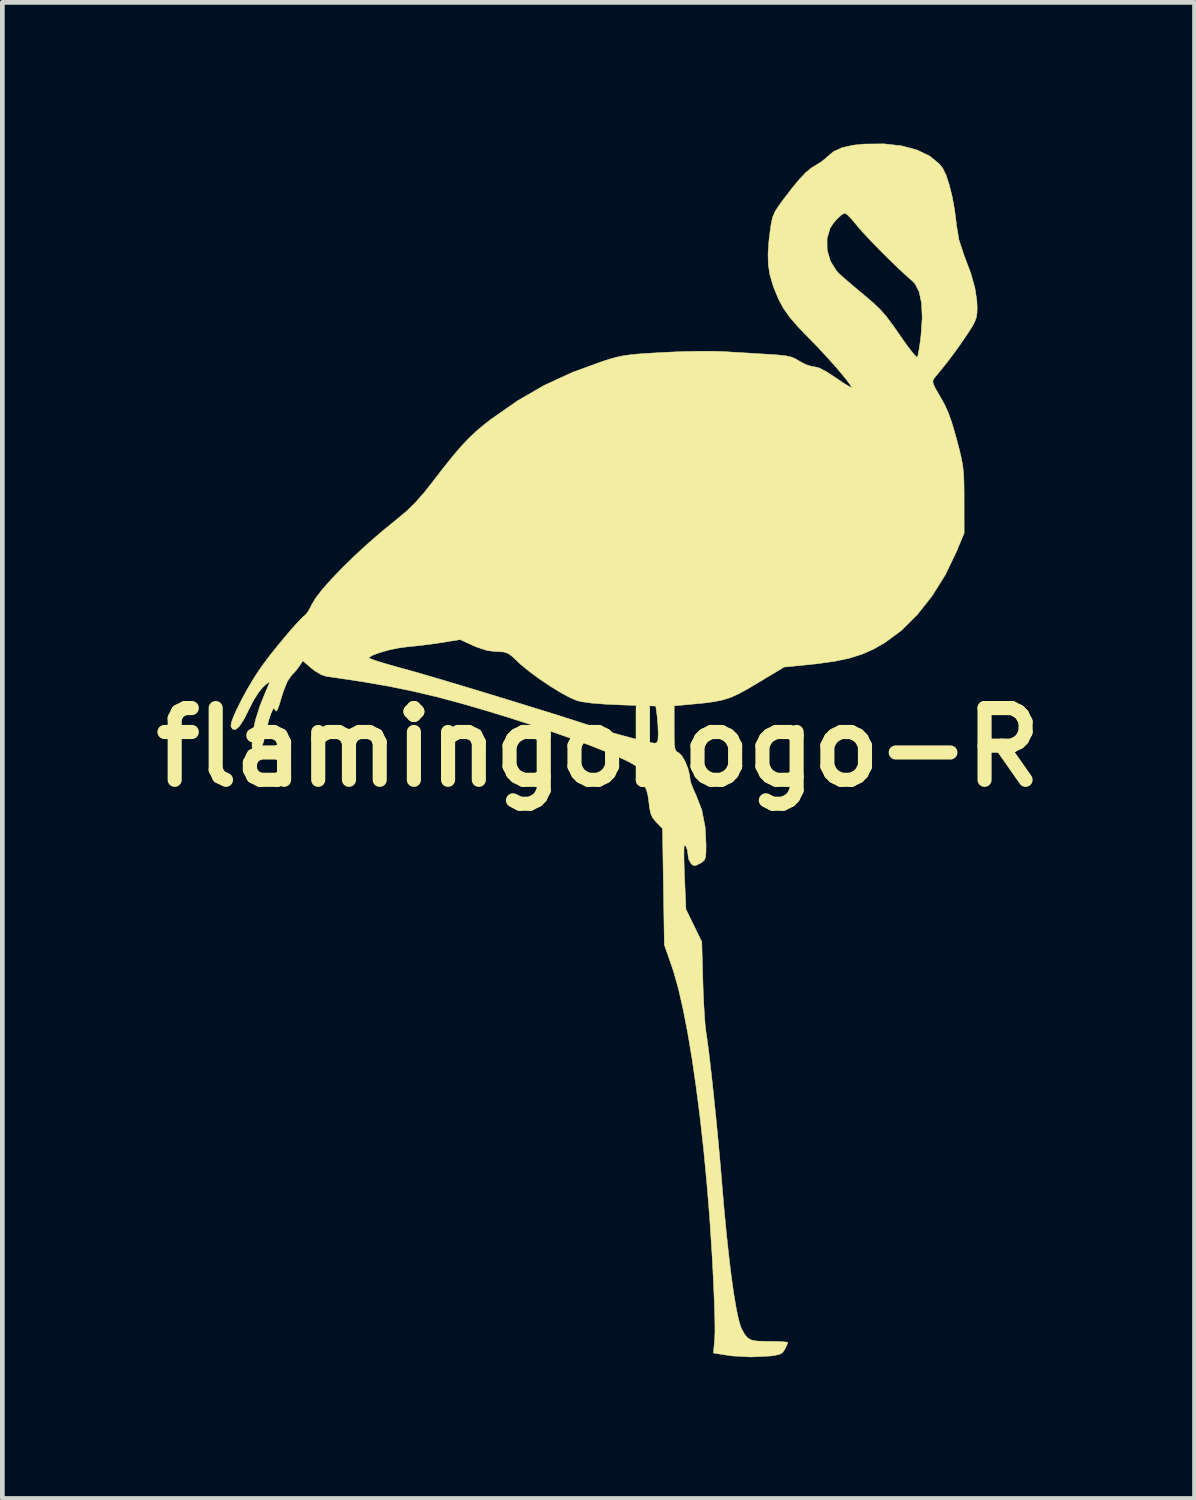
<source format=kicad_pcb>
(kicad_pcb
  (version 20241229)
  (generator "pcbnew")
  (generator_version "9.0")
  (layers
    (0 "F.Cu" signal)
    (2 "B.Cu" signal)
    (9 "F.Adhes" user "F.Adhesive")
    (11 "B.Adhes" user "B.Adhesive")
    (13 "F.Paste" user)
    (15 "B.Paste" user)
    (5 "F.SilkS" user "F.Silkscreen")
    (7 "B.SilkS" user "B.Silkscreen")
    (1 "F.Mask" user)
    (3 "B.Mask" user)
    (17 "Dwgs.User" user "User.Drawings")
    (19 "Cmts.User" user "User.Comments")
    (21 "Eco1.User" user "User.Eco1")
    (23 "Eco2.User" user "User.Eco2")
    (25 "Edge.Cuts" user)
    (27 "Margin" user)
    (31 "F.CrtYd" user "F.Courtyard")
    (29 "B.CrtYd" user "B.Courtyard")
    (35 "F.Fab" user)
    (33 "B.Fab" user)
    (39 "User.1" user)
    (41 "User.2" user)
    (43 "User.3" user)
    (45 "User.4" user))
  (footprint "flamingoLogo-R"
    (layer "F.Cu")
    (at 9.659 12.822)
    (property "Reference" "flamingoLogo-R" (at 0 0 0) (layer "F.SilkS") (effects (font (size 1.524 1.524) (thickness 0.3))))
    (attr through_hole)
    (fp_poly (pts (xy 6.442 -12.774) (xy 6.769 -12.686) (xy 7.04 -12.555) (xy 7.245 -12.384) (xy 7.316 -12.292) (xy 7.384 -12.151) (xy 7.451 -11.945) (xy 7.513 -11.696) (xy 7.563 -11.422) (xy 7.599 -11.144) (xy 7.601 -11.113) (xy 7.655 -10.783) (xy 7.764 -10.451) (xy 7.773 -10.428) (xy 7.908 -10.069) (xy 7.995 -9.76) (xy 8.037 -9.485) (xy 8.043 -9.341) (xy 8.04 -9.221) (xy 8.024 -9.124) (xy 7.987 -9.026) (xy 7.919 -8.907) (xy 7.812 -8.742) (xy 7.804 -8.731) (xy 7.676 -8.544) (xy 7.537 -8.351) (xy 7.412 -8.186) (xy 7.37 -8.133) (xy 7.266 -8.005) (xy 7.177 -7.896) (xy 7.123 -7.828) (xy 7.122 -7.827) (xy 7.102 -7.782) (xy 7.111 -7.72) (xy 7.156 -7.624) (xy 7.241 -7.477) (xy 7.259 -7.446) (xy 7.352 -7.28) (xy 7.431 -7.105) (xy 7.505 -6.898) (xy 7.581 -6.638) (xy 7.608 -6.54) (xy 7.667 -6.314) (xy 7.709 -6.136) (xy 7.737 -5.981) (xy 7.754 -5.826) (xy 7.763 -5.648) (xy 7.766 -5.424) (xy 7.766 -5.249) (xy 7.767 -4.55) (xy 7.6 -4.148) (xy 7.367 -3.664) (xy 7.087 -3.216) (xy 6.771 -2.817) (xy 6.428 -2.478) (xy 6.083 -2.223) (xy 5.841 -2.085) (xy 5.595 -1.977) (xy 5.327 -1.893) (xy 5.019 -1.828) (xy 4.653 -1.777) (xy 4.48 -1.758) (xy 3.943 -1.705) (xy 3.377 -1.365) (xy 3.154 -1.233) (xy 2.972 -1.134) (xy 2.81 -1.061) (xy 2.65 -1.01) (xy 2.47 -0.972) (xy 2.251 -0.942) (xy 1.972 -0.915) (xy 1.894 -0.908) (xy 1.609 -0.882) (xy 1.609 -0.406) (xy 1.61 -0.198) (xy 1.614 -0.06) (xy 1.626 0.026) (xy 1.647 0.075) (xy 1.681 0.103) (xy 1.707 0.116) (xy 1.774 0.182) (xy 1.844 0.303) (xy 1.903 0.453) (xy 1.94 0.604) (xy 1.947 0.683) (xy 1.966 0.762) (xy 2.014 0.887) (xy 2.071 1.009) (xy 2.195 1.328) (xy 2.266 1.692) (xy 2.286 2.072) (xy 2.284 2.235) (xy 2.274 2.336) (xy 2.249 2.397) (xy 2.202 2.438) (xy 2.159 2.464) (xy 2.069 2.508) (xy 2.013 2.506) (xy 1.969 2.471) (xy 1.917 2.378) (xy 1.905 2.308) (xy 1.892 2.192) (xy 1.861 2.104) (xy 1.826 2.074) (xy 1.819 2.114) (xy 1.816 2.225) (xy 1.817 2.391) (xy 1.823 2.6) (xy 1.829 2.757) (xy 1.859 3.439) (xy 2.027 3.783) (xy 2.195 4.128) (xy 2.218 4.953) (xy 2.227 5.229) (xy 2.24 5.494) (xy 2.254 5.729) (xy 2.269 5.916) (xy 2.283 6.032) (xy 2.311 6.217) (xy 2.344 6.473) (xy 2.381 6.787) (xy 2.421 7.146) (xy 2.462 7.536) (xy 2.504 7.944) (xy 2.543 8.358) (xy 2.58 8.763) (xy 2.613 9.147) (xy 2.623 9.271) (xy 2.67 9.821) (xy 2.719 10.335) (xy 2.77 10.806) (xy 2.821 11.229) (xy 2.873 11.596) (xy 2.924 11.9) (xy 2.973 12.136) (xy 3.019 12.297) (xy 3.037 12.34) (xy 3.103 12.463) (xy 3.168 12.542) (xy 3.251 12.588) (xy 3.372 12.609) (xy 3.552 12.615) (xy 3.626 12.615) (xy 3.797 12.618) (xy 3.931 12.624) (xy 4.009 12.633) (xy 4.022 12.639) (xy 4.004 12.689) (xy 3.962 12.778) (xy 3.96 12.781) (xy 3.916 12.848) (xy 3.854 12.888) (xy 3.75 12.913) (xy 3.637 12.927) (xy 3.236 12.947) (xy 2.861 12.926) (xy 2.857 12.926) (xy 2.72 12.907) (xy 2.587 12.887) (xy 2.443 12.863) (xy 2.471 12.542) (xy 2.475 12.42) (xy 2.474 12.225) (xy 2.468 11.97) (xy 2.457 11.667) (xy 2.442 11.327) (xy 2.424 10.963) (xy 2.411 10.736) (xy 2.363 9.997) (xy 2.304 9.268) (xy 2.236 8.558) (xy 2.16 7.874) (xy 2.077 7.225) (xy 1.989 6.618) (xy 1.896 6.061) (xy 1.799 5.563) (xy 1.7 5.13) (xy 1.599 4.772) (xy 1.565 4.669) (xy 1.4 4.195) (xy 1.381 2.96) (xy 1.361 1.725) (xy 1.23 1.59) (xy 1.155 1.5) (xy 1.11 1.403) (xy 1.083 1.27) (xy 1.073 1.172) (xy 1.051 1.02) (xy 1.02 0.9) (xy 0.989 0.842) (xy 0.947 0.768) (xy 0.93 0.662) (xy 0.912 0.542) (xy 0.873 0.456) (xy 0.791 0.389) (xy 0.634 0.301) (xy 0.411 0.197) (xy 0.129 0.079) (xy -0.204 -0.052) (xy -0.581 -0.19) (xy -0.995 -0.335) (xy -1.437 -0.483) (xy -1.9 -0.632) (xy -2.377 -0.778) (xy -2.861 -0.919) (xy -2.897 -0.929) (xy -3.417 -1.069) (xy -3.925 -1.189) (xy -4.444 -1.296) (xy -4.997 -1.392) (xy -5.607 -1.484) (xy -5.782 -1.508) (xy -5.888 -1.545) (xy -6.018 -1.622) (xy -6.096 -1.682) (xy -6.278 -1.838) (xy -6.345 -1.734) (xy -6.425 -1.629) (xy -6.521 -1.524) (xy -6.607 -1.399) (xy -6.69 -1.194) (xy -6.731 -1.062) (xy -6.783 -0.89) (xy -6.821 -0.794) (xy -6.848 -0.769) (xy -6.861 -0.787) (xy -6.885 -0.829) (xy -6.913 -0.808) (xy -6.954 -0.72) (xy -6.995 -0.599) (xy -7.039 -0.434) (xy -7.073 -0.282) (xy -7.116 -0.103) (xy -7.166 0.014) (xy -7.235 0.091) (xy -7.237 0.092) (xy -7.345 0.178) (xy -7.357 -0.058) (xy -7.344 -0.289) (xy -7.287 -0.568) (xy -7.19 -0.877) (xy -7.086 -1.136) (xy -7.032 -1.262) (xy -6.995 -1.355) (xy -6.985 -1.389) (xy -7.012 -1.377) (xy -7.08 -1.32) (xy -7.129 -1.274) (xy -7.218 -1.165) (xy -7.318 -1.009) (xy -7.406 -0.84) (xy -7.41 -0.832) (xy -7.525 -0.601) (xy -7.624 -0.449) (xy -7.706 -0.378) (xy -7.77 -0.388) (xy -7.805 -0.445) (xy -7.798 -0.517) (xy -7.753 -0.646) (xy -7.675 -0.819) (xy -7.573 -1.022) (xy -7.454 -1.24) (xy -7.323 -1.46) (xy -7.215 -1.628) (xy -7.111 -1.775) (xy -7.012 -1.906) (xy -4.88 -1.906) (xy -4.852 -1.887) (xy -4.754 -1.85) (xy -4.598 -1.8) (xy -4.396 -1.741) (xy -4.161 -1.675) (xy -4.16 -1.675) (xy -3.959 -1.62) (xy -3.696 -1.544) (xy -3.382 -1.452) (xy -3.03 -1.347) (xy -2.651 -1.233) (xy -2.258 -1.113) (xy -1.861 -0.992) (xy -1.473 -0.872) (xy -1.105 -0.758) (xy -0.77 -0.653) (xy -0.48 -0.56) (xy -0.245 -0.484) (xy -0.078 -0.427) (xy -0.064 -0.422) (xy 0.078 -0.375) (xy 0.264 -0.32) (xy 0.474 -0.261) (xy 0.689 -0.203) (xy 0.889 -0.152) (xy 1.056 -0.113) (xy 1.169 -0.091) (xy 1.196 -0.088) (xy 1.241 -0.101) (xy 1.264 -0.158) (xy 1.27 -0.279) (xy 1.27 -0.29) (xy 1.264 -0.465) (xy 1.249 -0.644) (xy 1.244 -0.687) (xy 1.218 -0.877) (xy 0.492 -0.901) (xy 0.128 -0.918) (xy -0.16 -0.941) (xy -0.369 -0.972) (xy -0.45 -0.992) (xy -0.602 -1.055) (xy -0.799 -1.162) (xy -1.021 -1.298) (xy -1.25 -1.452) (xy -1.465 -1.61) (xy -1.648 -1.76) (xy -1.716 -1.823) (xy -1.833 -1.934) (xy -1.92 -1.996) (xy -2.006 -2.025) (xy -2.117 -2.032) (xy -2.151 -2.032) (xy -2.356 -2.055) (xy -2.583 -2.129) (xy -2.656 -2.16) (xy -2.939 -2.289) (xy -3.322 -2.226) (xy -3.548 -2.193) (xy -3.795 -2.162) (xy -4.014 -2.14) (xy -4.043 -2.137) (xy -4.236 -2.112) (xy -4.44 -2.07) (xy -4.633 -2.016) (xy -4.789 -1.958) (xy -4.88 -1.906) (xy -7.012 -1.906) (xy -6.978 -1.951) (xy -6.827 -2.14) (xy -6.67 -2.331) (xy -6.519 -2.508) (xy -6.385 -2.658) (xy -6.28 -2.766) (xy -6.219 -2.817) (xy -6.174 -2.872) (xy -6.116 -2.974) (xy -6.094 -3.021) (xy -6.007 -3.168) (xy -5.862 -3.356) (xy -5.667 -3.576) (xy -5.431 -3.821) (xy -5.164 -4.081) (xy -4.875 -4.346) (xy -4.572 -4.607) (xy -4.266 -4.856) (xy -4.062 -5.027) (xy -3.875 -5.212) (xy -3.683 -5.433) (xy -3.516 -5.645) (xy -3.283 -5.947) (xy -3.087 -6.191) (xy -2.916 -6.391) (xy -2.759 -6.558) (xy -2.603 -6.706) (xy -2.438 -6.845) (xy -2.282 -6.967) (xy -1.722 -7.358) (xy -1.154 -7.687) (xy -0.553 -7.964) (xy 0.083 -8.196) (xy 0.244 -8.247) (xy 0.384 -8.286) (xy 0.521 -8.315) (xy 0.673 -8.337) (xy 0.857 -8.355) (xy 1.092 -8.371) (xy 1.371 -8.387) (xy 1.667 -8.401) (xy 1.97 -8.409) (xy 2.255 -8.413) (xy 2.5 -8.411) (xy 2.663 -8.405) (xy 2.908 -8.39) (xy 3.191 -8.373) (xy 3.47 -8.356) (xy 3.602 -8.348) (xy 3.821 -8.333) (xy 3.975 -8.316) (xy 4.086 -8.292) (xy 4.174 -8.258) (xy 4.259 -8.208) (xy 4.268 -8.202) (xy 4.399 -8.132) (xy 4.528 -8.091) (xy 4.572 -8.086) (xy 4.685 -8.059) (xy 4.845 -7.977) (xy 5.039 -7.849) (xy 5.182 -7.752) (xy 5.295 -7.681) (xy 5.363 -7.644) (xy 5.376 -7.644) (xy 5.348 -7.699) (xy 5.271 -7.804) (xy 5.155 -7.946) (xy 5.009 -8.116) (xy 4.844 -8.3) (xy 4.668 -8.489) (xy 4.493 -8.67) (xy 4.464 -8.698) (xy 4.236 -8.935) (xy 4.061 -9.138) (xy 3.928 -9.327) (xy 3.823 -9.522) (xy 3.733 -9.74) (xy 3.701 -9.832) (xy 3.64 -10.043) (xy 3.608 -10.254) (xy 3.602 -10.488) (xy 3.622 -10.766) (xy 3.627 -10.804) (xy 4.855 -10.804) (xy 4.858 -10.562) (xy 4.927 -10.326) (xy 5.057 -10.118) (xy 5.112 -10.06) (xy 5.21 -9.971) (xy 5.354 -9.847) (xy 5.521 -9.706) (xy 5.659 -9.592) (xy 5.836 -9.441) (xy 5.981 -9.302) (xy 6.114 -9.151) (xy 6.252 -8.967) (xy 6.395 -8.762) (xy 6.519 -8.584) (xy 6.628 -8.438) (xy 6.712 -8.334) (xy 6.763 -8.285) (xy 6.772 -8.284) (xy 6.789 -8.338) (xy 6.811 -8.457) (xy 6.835 -8.622) (xy 6.851 -8.753) (xy 6.876 -9.124) (xy 6.863 -9.433) (xy 6.811 -9.676) (xy 6.722 -9.849) (xy 6.668 -9.904) (xy 6.533 -10.022) (xy 6.362 -10.181) (xy 6.169 -10.368) (xy 5.972 -10.565) (xy 5.784 -10.758) (xy 5.623 -10.93) (xy 5.504 -11.067) (xy 5.475 -11.102) (xy 5.376 -11.221) (xy 5.291 -11.308) (xy 5.237 -11.345) (xy 5.234 -11.345) (xy 5.169 -11.314) (xy 5.08 -11.236) (xy 4.991 -11.134) (xy 4.924 -11.032) (xy 4.921 -11.028) (xy 4.855 -10.804) (xy 3.627 -10.804) (xy 3.646 -10.964) (xy 3.672 -11.14) (xy 3.703 -11.268) (xy 3.751 -11.379) (xy 3.829 -11.5) (xy 3.932 -11.641) (xy 4.123 -11.889) (xy 4.279 -12.076) (xy 4.408 -12.211) (xy 4.522 -12.305) (xy 4.611 -12.36) (xy 4.735 -12.436) (xy 4.837 -12.52) (xy 4.847 -12.531) (xy 4.99 -12.651) (xy 5.174 -12.736) (xy 5.414 -12.789) (xy 5.647 -12.813) (xy 6.065 -12.817) (xy 6.442 -12.774)) (stroke (width 0.01) (type solid)) (fill yes) (layer "F.SilkS")))
  (gr_rect
    (start -3 -3)
    (end 22.319 28.774)
    (stroke (width 0.1) (type default))
    (fill no)
    (layer "Edge.Cuts")))
</source>
